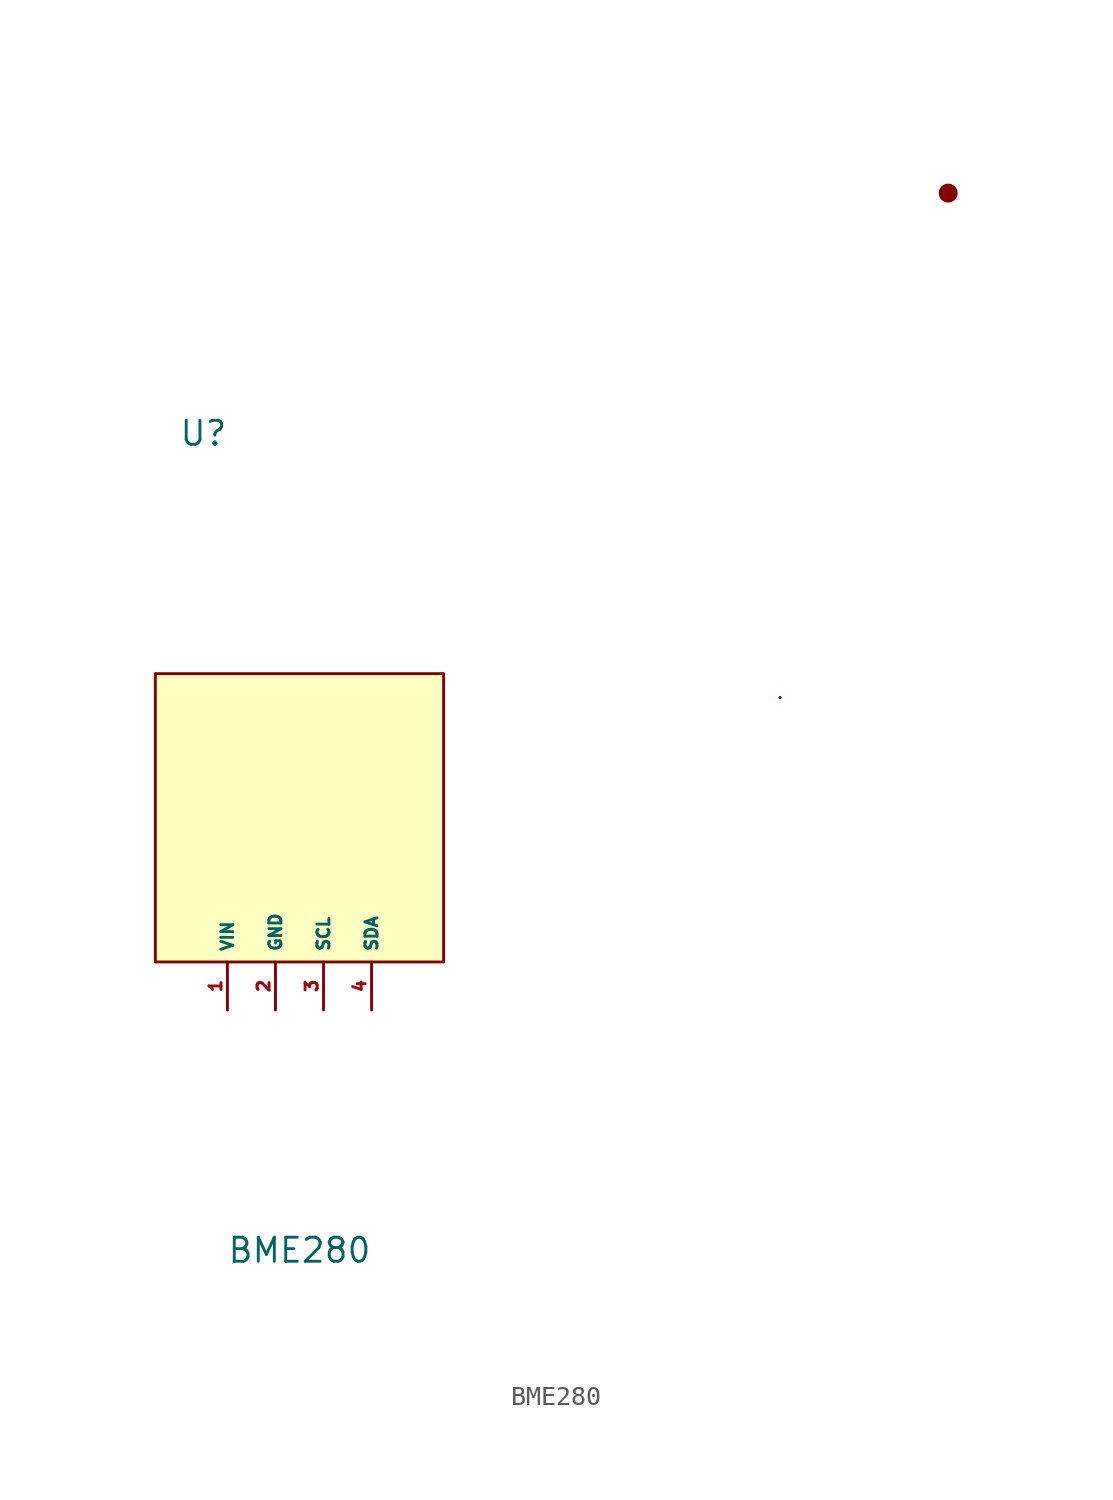
<source format=kicad_sym>
(kicad_symbol_lib
  (version 20211014)
  (generator kicad_symbol_editor)
  (symbol "BME280"
    (property "Reference" "U"
      (at -5.08 20.32 0)
      (effects (font (size 1.27 1.27))))
    (property "Value" "BME280"
      (at 0 -22.86 0)
      (effects (font (size 1.27 1.27))))
    (symbol "BME280_0_1"
      (rectangle (start -7.62 7.62) (end 7.62 -7.62) (stroke (width 0) (type default) (color 0 0 0 0)) (fill (type background)))
      (rectangle (start 25.4 6.35) (end 25.4 6.35) (stroke (width 0) (type default) (color 0 0 0 0)) (fill (type none)))
      (rectangle (start 25.4 6.35) (end 25.4 6.35) (stroke (width 0) (type default) (color 0 0 0 0)) (fill (type none)))
      (rectangle (start 34.29 33.02) (end 34.29 33.02) (stroke (width 0) (type default) (color 0 0 0 0)) (fill (type none)))
      (rectangle (start 34.29 33.02) (end 34.29 33.02) (stroke (width 0) (type default) (color 0 0 0 0)) (fill (type none)))
      (rectangle (start 34.29 33.02) (end 34.29 33.02) (stroke (width 0) (type default) (color 0 0 0 0)) (fill (type none)))
      (rectangle (start 34.29 33.02) (end 34.29 33.02) (stroke (width 0) (type default) (color 0 0 0 0)) (fill (type none)))
      (rectangle (start 34.29 33.02) (end 34.29 33.02) (stroke (width 0) (type default) (color 0 0 0 0)) (fill (type none)))
      (rectangle (start 34.29 33.02) (end 34.29 33.02) (stroke (width 0) (type default) (color 0 0 0 0)) (fill (type none)))
      (rectangle (start 34.29 33.02) (end 34.29 33.02) (stroke (width 0) (type default) (color 0 0 0 0)) (fill (type none)))
      (rectangle (start 34.29 33.02) (end 34.29 33.02) (stroke (width 0) (type default) (color 0 0 0 0)) (fill (type none)))
      (rectangle (start 34.29 33.02) (end 34.29 33.02) (stroke (width 0) (type default) (color 0 0 0 0)) (fill (type none)))
      (rectangle (start 34.29 33.02) (end 34.29 33.02) (stroke (width 0) (type default) (color 0 0 0 0)) (fill (type none)))
      (rectangle (start 34.29 33.02) (end 34.29 33.02) (stroke (width 0) (type default) (color 0 0 0 0)) (fill (type none)))
      (rectangle (start 34.29 33.02) (end 34.29 33.02) (stroke (width 0) (type default) (color 0 0 0 0)) (fill (type none)))
      (rectangle (start 34.29 33.02) (end 34.29 33.02) (stroke (width 0) (type default) (color 0 0 0 0)) (fill (type none)))
      (rectangle (start 34.29 33.02) (end 34.29 33.02) (stroke (width 0) (type default) (color 0 0 0 0)) (fill (type none)))
      (rectangle (start 34.29 33.02) (end 34.29 33.02) (stroke (width 0) (type default) (color 0 0 0 0)) (fill (type none)))
      (rectangle (start 34.29 33.02) (end 34.29 33.02) (stroke (width 0) (type default) (color 0 0 0 0)) (fill (type none)))
      (rectangle (start 34.29 33.02) (end 34.29 33.02) (stroke (width 0) (type default) (color 0 0 0 0)) (fill (type none)))
      (rectangle (start 34.29 33.02) (end 34.29 33.02) (stroke (width 0) (type default) (color 0 0 0 0)) (fill (type none)))
      (rectangle (start 34.29 33.02) (end 34.29 33.02) (stroke (width 0) (type default) (color 0 0 0 0)) (fill (type none)))
      (rectangle (start 34.29 33.02) (end 34.29 33.02) (stroke (width 0) (type default) (color 0 0 0 0)) (fill (type none)))
      (rectangle (start 34.29 33.02) (end 34.29 33.02) (stroke (width 0) (type default) (color 0 0 0 0)) (fill (type none)))
      (rectangle (start 34.29 33.02) (end 34.29 33.02) (stroke (width 0) (type default) (color 0 0 0 0)) (fill (type none)))
      (rectangle (start 34.29 33.02) (end 34.29 33.02) (stroke (width 0) (type default) (color 0 0 0 0)) (fill (type none)))
      (rectangle (start 34.29 33.02) (end 34.29 33.02) (stroke (width 0) (type default) (color 0 0 0 0)) (fill (type none)))
      (rectangle (start 34.29 33.02) (end 34.29 33.02) (stroke (width 0) (type default) (color 0 0 0 0)) (fill (type none)))
      (rectangle (start 34.29 33.02) (end 34.29 33.02) (stroke (width 0) (type default) (color 0 0 0 0)) (fill (type none)))
      (rectangle (start 34.29 33.02) (end 34.29 33.02) (stroke (width 0) (type default) (color 0 0 0 0)) (fill (type none)))
      (rectangle (start 34.29 33.02) (end 34.29 33.02) (stroke (width 0) (type default) (color 0 0 0 0)) (fill (type none)))
      (rectangle (start 34.29 33.02) (end 34.29 33.02) (stroke (width 0) (type default) (color 0 0 0 0)) (fill (type none)))
      (rectangle (start 34.29 33.02) (end 34.29 33.02) (stroke (width 0) (type default) (color 0 0 0 0)) (fill (type none)))
      (rectangle (start 34.29 33.02) (end 34.29 33.02) (stroke (width 0) (type default) (color 0 0 0 0)) (fill (type none)))
      (rectangle (start 34.29 33.02) (end 34.29 33.02) (stroke (width 0) (type default) (color 0 0 0 0)) (fill (type none)))
      (rectangle (start 34.29 33.02) (end 34.29 33.02) (stroke (width 0) (type default) (color 0 0 0 0)) (fill (type none)))
      (rectangle (start 34.29 33.02) (end 34.29 33.02) (stroke (width 0) (type default) (color 0 0 0 0)) (fill (type none)))
      (rectangle (start 34.29 33.02) (end 34.29 33.02) (stroke (width 0) (type default) (color 0 0 0 0)) (fill (type none)))
      (rectangle (start 34.29 33.02) (end 34.29 33.02) (stroke (width 0) (type default) (color 0 0 0 0)) (fill (type none)))
      (rectangle (start 34.29 33.02) (end 34.29 33.02) (stroke (width 0) (type default) (color 0 0 0 0)) (fill (type none)))
      (rectangle (start 34.29 33.02) (end 34.29 33.02) (stroke (width 0) (type default) (color 0 0 0 0)) (fill (type none)))
      (rectangle (start 34.29 33.02) (end 34.29 33.02) (stroke (width 0) (type default) (color 0 0 0 0)) (fill (type none)))
      (rectangle (start 34.29 33.02) (end 34.29 33.02) (stroke (width 0) (type default) (color 0 0 0 0)) (fill (type none)))
      (rectangle (start 34.29 33.02) (end 34.29 33.02) (stroke (width 0) (type default) (color 0 0 0 0)) (fill (type none)))
      (rectangle (start 34.29 33.02) (end 34.29 33.02) (stroke (width 0) (type default) (color 0 0 0 0)) (fill (type none)))
      (rectangle (start 34.29 33.02) (end 34.29 33.02) (stroke (width 0) (type default) (color 0 0 0 0)) (fill (type none)))
      (rectangle (start 34.29 33.02) (end 34.29 33.02) (stroke (width 0) (type default) (color 0 0 0 0)) (fill (type none)))
      (rectangle (start 34.29 33.02) (end 34.29 33.02) (stroke (width 0) (type default) (color 0 0 0 0)) (fill (type none)))
      (rectangle (start 34.29 33.02) (end 34.29 33.02) (stroke (width 0) (type default) (color 0 0 0 0)) (fill (type none)))
      (rectangle (start 34.29 33.02) (end 34.29 33.02) (stroke (width 0) (type default) (color 0 0 0 0)) (fill (type none)))
      (rectangle (start 34.29 33.02) (end 34.29 33.02) (stroke (width 0) (type default) (color 0 0 0 0)) (fill (type none)))
      (rectangle (start 34.29 33.02) (end 34.29 33.02) (stroke (width 0) (type default) (color 0 0 0 0)) (fill (type none)))
      (rectangle (start 34.29 33.02) (end 34.29 33.02) (stroke (width 0) (type default) (color 0 0 0 0)) (fill (type none)))
      (rectangle (start 34.29 33.02) (end 34.29 33.02) (stroke (width 0) (type default) (color 0 0 0 0)) (fill (type none)))
      (rectangle (start 34.29 33.02) (end 34.29 33.02) (stroke (width 0) (type default) (color 0 0 0 0)) (fill (type none)))
      (rectangle (start 34.29 33.02) (end 34.29 33.02) (stroke (width 0.127) (type default) (color 0 0 0 0)) (fill (type background)))
      (rectangle (start 34.29 33.02) (end 34.29 33.02) (stroke (width 1) (type default) (color 0 0 0 0)) (fill (type outline)))
      (arc (start 34.29 33.02) (mid 34.29 33.02) (end 34.29 33.02) (stroke (width 0) (type default) (color 0 0 0 0)) (fill (type none))))
    (symbol "BME280_1_1"
      (pin power_in line (at -3.81 -10.16 90) (length 2.54) (name "VIN" (effects (font (size 0.635 0.635)))) (number "1" (effects (font (size 0.635 0.635)))))
      (pin power_in line (at -1.27 -10.16 90) (length 2.54) (name "GND" (effects (font (size 0.635 0.635)))) (number "2" (effects (font (size 0.635 0.635)))))
      (pin input line (at 1.27 -10.16 90) (length 2.54) (name "SCL" (effects (font (size 0.635 0.635)))) (number "3" (effects (font (size 0.635 0.635)))))
      (pin output line (at 3.81 -10.16 90) (length 2.54) (name "SDA" (effects (font (size 0.635 0.635)))) (number "4" (effects (font (size 0.635 0.635))))))))
</source>
